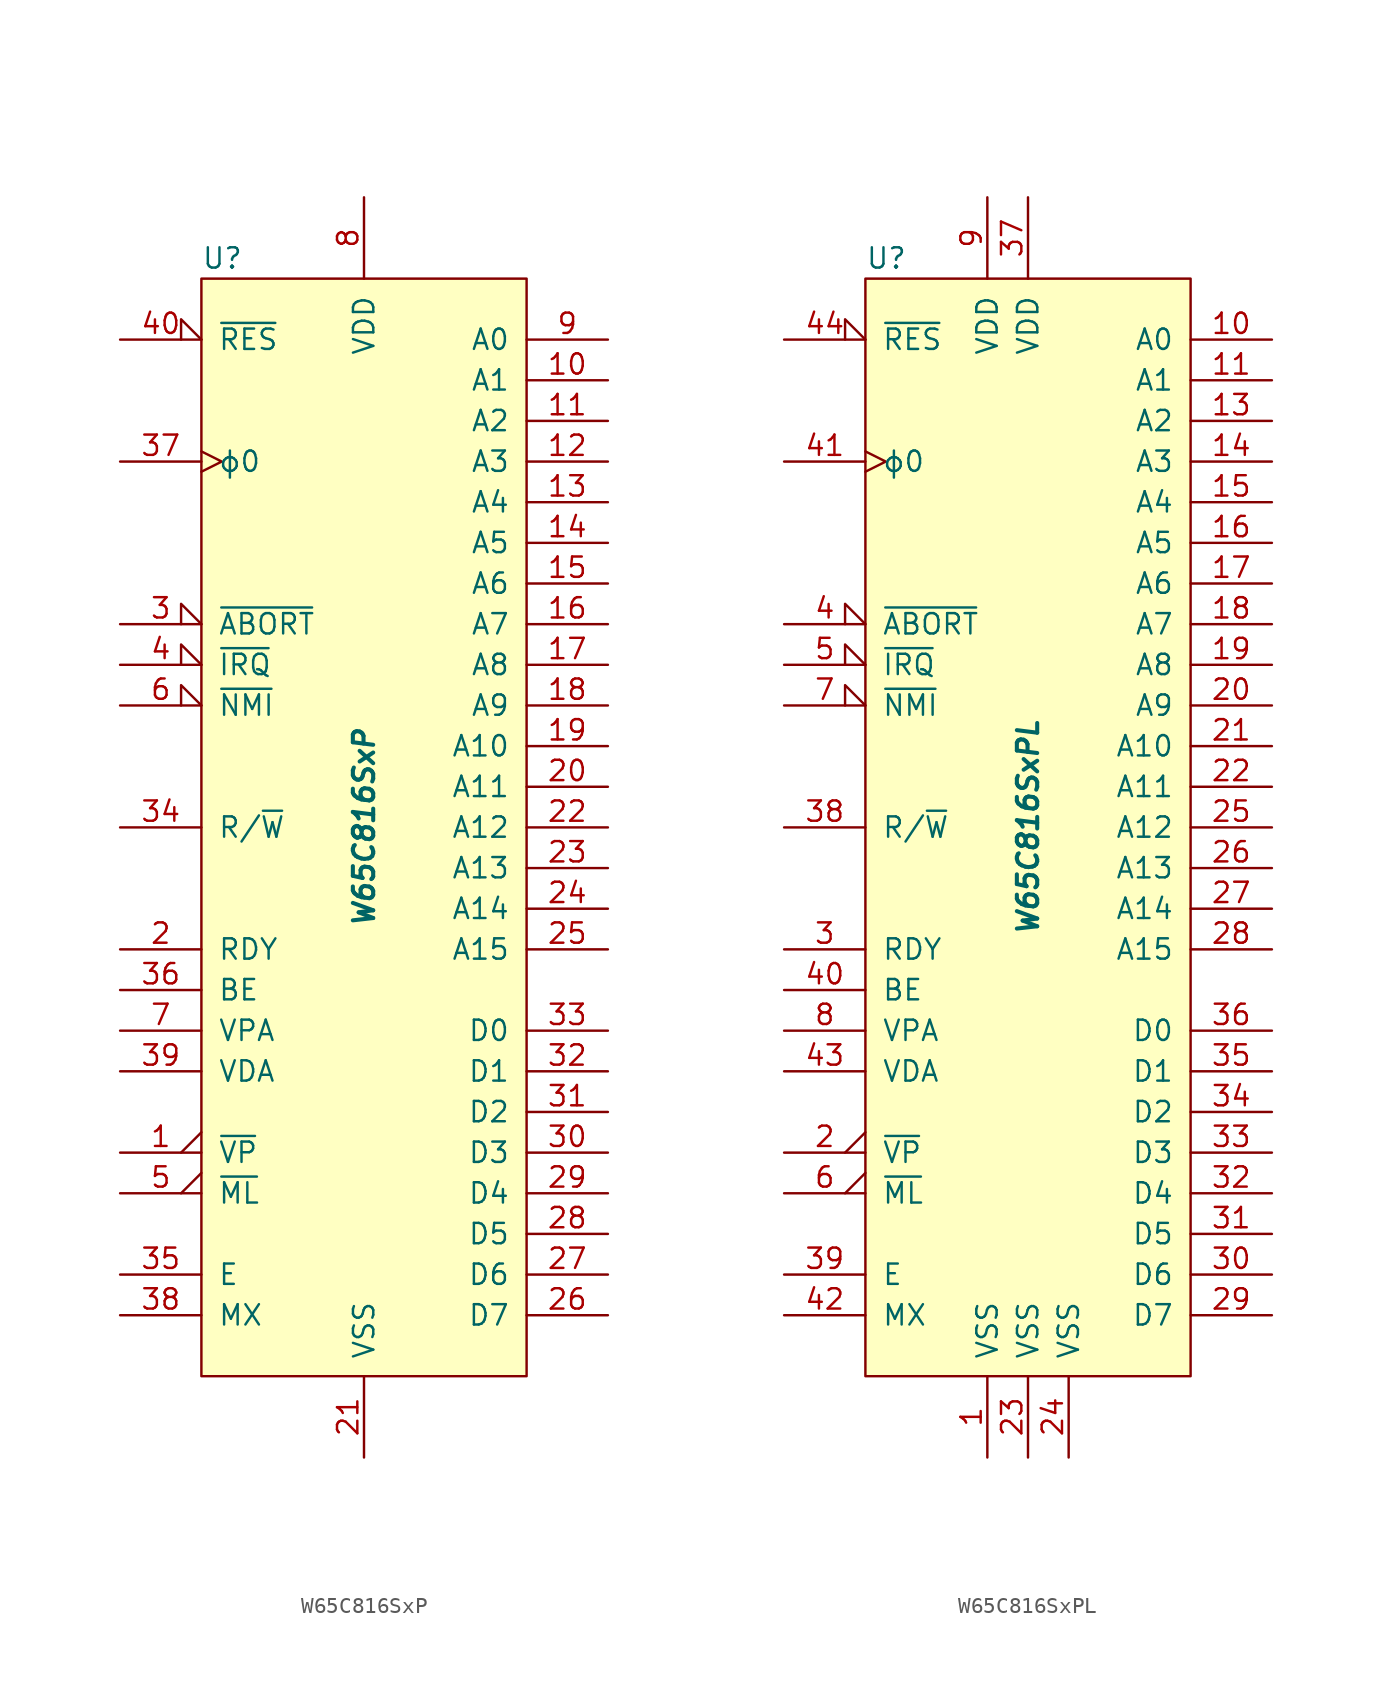
<source format=kicad_sym>
(kicad_symbol_lib
  (version 20201005)
  (generator kicad_symbol_editor)
  (symbol "W65C816SxP"
    (pin_names
      (offset 1.016))
    (property "Reference" "U"
      (at -10.16 35.56 0)
      (effects (font (size 1.27 1.27)) (justify left)))
    (property "Value" "W65C816SxP"
      (at 0 0 90)
      (effects (font (size 1.27 1.27) bold italic)))
    (symbol "W65C816SxP_0_1"
      (rectangle (start -10.16 34.29) (end 10.16 -34.29) (stroke (width 0)) (fill (type background))))
    (symbol "W65C816SxP_1_1"
      (pin output output_low (at -15.24 -20.32 0) (length 5.08) (name "~VP" (effects (font (size 1.27 1.27)))) (number "1" (effects (font (size 1.27 1.27)))))
      (pin tri_state line (at 15.24 27.94 180) (length 5.08) (name "A1" (effects (font (size 1.27 1.27)))) (number "10" (effects (font (size 1.27 1.27)))))
      (pin tri_state line (at 15.24 25.4 180) (length 5.08) (name "A2" (effects (font (size 1.27 1.27)))) (number "11" (effects (font (size 1.27 1.27)))))
      (pin tri_state line (at 15.24 22.86 180) (length 5.08) (name "A3" (effects (font (size 1.27 1.27)))) (number "12" (effects (font (size 1.27 1.27)))))
      (pin tri_state line (at 15.24 20.32 180) (length 5.08) (name "A4" (effects (font (size 1.27 1.27)))) (number "13" (effects (font (size 1.27 1.27)))))
      (pin tri_state line (at 15.24 17.78 180) (length 5.08) (name "A5" (effects (font (size 1.27 1.27)))) (number "14" (effects (font (size 1.27 1.27)))))
      (pin tri_state line (at 15.24 15.24 180) (length 5.08) (name "A6" (effects (font (size 1.27 1.27)))) (number "15" (effects (font (size 1.27 1.27)))))
      (pin tri_state line (at 15.24 12.7 180) (length 5.08) (name "A7" (effects (font (size 1.27 1.27)))) (number "16" (effects (font (size 1.27 1.27)))))
      (pin tri_state line (at 15.24 10.16 180) (length 5.08) (name "A8" (effects (font (size 1.27 1.27)))) (number "17" (effects (font (size 1.27 1.27)))))
      (pin tri_state line (at 15.24 7.62 180) (length 5.08) (name "A9" (effects (font (size 1.27 1.27)))) (number "18" (effects (font (size 1.27 1.27)))))
      (pin tri_state line (at 15.24 5.08 180) (length 5.08) (name "A10" (effects (font (size 1.27 1.27)))) (number "19" (effects (font (size 1.27 1.27)))))
      (pin open_collector line (at -15.24 -7.62 0) (length 5.08) (name "RDY" (effects (font (size 1.27 1.27)))) (number "2" (effects (font (size 1.27 1.27)))))
      (pin tri_state line (at 15.24 2.54 180) (length 5.08) (name "A11" (effects (font (size 1.27 1.27)))) (number "20" (effects (font (size 1.27 1.27)))))
      (pin power_in line (at 0 -39.37 90) (length 5.08) (name "VSS" (effects (font (size 1.27 1.27)))) (number "21" (effects (font (size 1.27 1.27)))))
      (pin tri_state line (at 15.24 0 180) (length 5.08) (name "A12" (effects (font (size 1.27 1.27)))) (number "22" (effects (font (size 1.27 1.27)))))
      (pin tri_state line (at 15.24 -2.54 180) (length 5.08) (name "A13" (effects (font (size 1.27 1.27)))) (number "23" (effects (font (size 1.27 1.27)))))
      (pin tri_state line (at 15.24 -5.08 180) (length 5.08) (name "A14" (effects (font (size 1.27 1.27)))) (number "24" (effects (font (size 1.27 1.27)))))
      (pin tri_state line (at 15.24 -7.62 180) (length 5.08) (name "A15" (effects (font (size 1.27 1.27)))) (number "25" (effects (font (size 1.27 1.27)))))
      (pin bidirectional line (at 15.24 -30.48 180) (length 5.08) (name "D7" (effects (font (size 1.27 1.27)))) (number "26" (effects (font (size 1.27 1.27)))))
      (pin bidirectional line (at 15.24 -27.94 180) (length 5.08) (name "D6" (effects (font (size 1.27 1.27)))) (number "27" (effects (font (size 1.27 1.27)))))
      (pin bidirectional line (at 15.24 -25.4 180) (length 5.08) (name "D5" (effects (font (size 1.27 1.27)))) (number "28" (effects (font (size 1.27 1.27)))))
      (pin bidirectional line (at 15.24 -22.86 180) (length 5.08) (name "D4" (effects (font (size 1.27 1.27)))) (number "29" (effects (font (size 1.27 1.27)))))
      (pin input input_low (at -15.24 12.7 0) (length 5.08) (name "~ABORT" (effects (font (size 1.27 1.27)))) (number "3" (effects (font (size 1.27 1.27)))))
      (pin bidirectional line (at 15.24 -20.32 180) (length 5.08) (name "D3" (effects (font (size 1.27 1.27)))) (number "30" (effects (font (size 1.27 1.27)))))
      (pin bidirectional line (at 15.24 -17.78 180) (length 5.08) (name "D2" (effects (font (size 1.27 1.27)))) (number "31" (effects (font (size 1.27 1.27)))))
      (pin bidirectional line (at 15.24 -15.24 180) (length 5.08) (name "D1" (effects (font (size 1.27 1.27)))) (number "32" (effects (font (size 1.27 1.27)))))
      (pin bidirectional line (at 15.24 -12.7 180) (length 5.08) (name "D0" (effects (font (size 1.27 1.27)))) (number "33" (effects (font (size 1.27 1.27)))))
      (pin tri_state line (at -15.24 0 0) (length 5.08) (name "R/~W" (effects (font (size 1.27 1.27)))) (number "34" (effects (font (size 1.27 1.27)))))
      (pin output line (at -15.24 -27.94 0) (length 5.08) (name "E" (effects (font (size 1.27 1.27)))) (number "35" (effects (font (size 1.27 1.27)))))
      (pin input line (at -15.24 -10.16 0) (length 5.08) (name "BE" (effects (font (size 1.27 1.27)))) (number "36" (effects (font (size 1.27 1.27)))))
      (pin input clock (at -15.24 22.86 0) (length 5.08) (name "ϕ0" (effects (font (size 1.27 1.27)))) (number "37" (effects (font (size 1.27 1.27)))))
      (pin output line (at -15.24 -30.48 0) (length 5.08) (name "MX" (effects (font (size 1.27 1.27)))) (number "38" (effects (font (size 1.27 1.27)))))
      (pin output line (at -15.24 -15.24 0) (length 5.08) (name "VDA" (effects (font (size 1.27 1.27)))) (number "39" (effects (font (size 1.27 1.27)))))
      (pin input input_low (at -15.24 10.16 0) (length 5.08) (name "~IRQ" (effects (font (size 1.27 1.27)))) (number "4" (effects (font (size 1.27 1.27)))))
      (pin input input_low (at -15.24 30.48 0) (length 5.08) (name "~RES" (effects (font (size 1.27 1.27)))) (number "40" (effects (font (size 1.27 1.27)))))
      (pin output output_low (at -15.24 -22.86 0) (length 5.08) (name "~ML" (effects (font (size 1.27 1.27)))) (number "5" (effects (font (size 1.27 1.27)))))
      (pin input input_low (at -15.24 7.62 0) (length 5.08) (name "~NMI" (effects (font (size 1.27 1.27)))) (number "6" (effects (font (size 1.27 1.27)))))
      (pin output line (at -15.24 -12.7 0) (length 5.08) (name "VPA" (effects (font (size 1.27 1.27)))) (number "7" (effects (font (size 1.27 1.27)))))
      (pin power_in line (at 0 39.37 270) (length 5.08) (name "VDD" (effects (font (size 1.27 1.27)))) (number "8" (effects (font (size 1.27 1.27)))))
      (pin tri_state line (at 15.24 30.48 180) (length 5.08) (name "A0" (effects (font (size 1.27 1.27)))) (number "9" (effects (font (size 1.27 1.27)))))))
  (symbol "W65C816SxPL"
    (pin_names
      (offset 1.016))
    (property "Reference" "U"
      (at -10.16 35.56 0)
      (effects (font (size 1.27 1.27)) (justify left)))
    (property "Value" "W65C816SxPL"
      (at 0 0 90)
      (effects (font (size 1.27 1.27) bold italic)))
    (symbol "W65C816SxPL_0_1"
      (rectangle (start -10.16 34.29) (end 10.16 -34.29) (stroke (width 0)) (fill (type background))))
    (symbol "W65C816SxPL_1_1"
      (pin power_in line (at -2.54 -39.37 90) (length 5.08) (name "VSS" (effects (font (size 1.27 1.27)))) (number "1" (effects (font (size 1.27 1.27)))))
      (pin tri_state line (at 15.24 30.48 180) (length 5.08) (name "A0" (effects (font (size 1.27 1.27)))) (number "10" (effects (font (size 1.27 1.27)))))
      (pin tri_state line (at 15.24 27.94 180) (length 5.08) (name "A1" (effects (font (size 1.27 1.27)))) (number "11" (effects (font (size 1.27 1.27)))))
      (pin unconnected non_logic (at -10.16 -25.4 0) (length 2.54) hide (name "nc" (effects (font (size 1.27 1.27)))) (number "12" (effects (font (size 1.27 1.27)))))
      (pin tri_state line (at 15.24 25.4 180) (length 5.08) (name "A2" (effects (font (size 1.27 1.27)))) (number "13" (effects (font (size 1.27 1.27)))))
      (pin tri_state line (at 15.24 22.86 180) (length 5.08) (name "A3" (effects (font (size 1.27 1.27)))) (number "14" (effects (font (size 1.27 1.27)))))
      (pin tri_state line (at 15.24 20.32 180) (length 5.08) (name "A4" (effects (font (size 1.27 1.27)))) (number "15" (effects (font (size 1.27 1.27)))))
      (pin tri_state line (at 15.24 17.78 180) (length 5.08) (name "A5" (effects (font (size 1.27 1.27)))) (number "16" (effects (font (size 1.27 1.27)))))
      (pin tri_state line (at 15.24 15.24 180) (length 5.08) (name "A6" (effects (font (size 1.27 1.27)))) (number "17" (effects (font (size 1.27 1.27)))))
      (pin tri_state line (at 15.24 12.7 180) (length 5.08) (name "A7" (effects (font (size 1.27 1.27)))) (number "18" (effects (font (size 1.27 1.27)))))
      (pin tri_state line (at 15.24 10.16 180) (length 5.08) (name "A8" (effects (font (size 1.27 1.27)))) (number "19" (effects (font (size 1.27 1.27)))))
      (pin output output_low (at -15.24 -20.32 0) (length 5.08) (name "~VP" (effects (font (size 1.27 1.27)))) (number "2" (effects (font (size 1.27 1.27)))))
      (pin tri_state line (at 15.24 7.62 180) (length 5.08) (name "A9" (effects (font (size 1.27 1.27)))) (number "20" (effects (font (size 1.27 1.27)))))
      (pin tri_state line (at 15.24 5.08 180) (length 5.08) (name "A10" (effects (font (size 1.27 1.27)))) (number "21" (effects (font (size 1.27 1.27)))))
      (pin tri_state line (at 15.24 2.54 180) (length 5.08) (name "A11" (effects (font (size 1.27 1.27)))) (number "22" (effects (font (size 1.27 1.27)))))
      (pin power_in line (at 0 -39.37 90) (length 5.08) (name "VSS" (effects (font (size 1.27 1.27)))) (number "23" (effects (font (size 1.27 1.27)))))
      (pin power_in line (at 2.54 -39.37 90) (length 5.08) (name "VSS" (effects (font (size 1.27 1.27)))) (number "24" (effects (font (size 1.27 1.27)))))
      (pin tri_state line (at 15.24 0 180) (length 5.08) (name "A12" (effects (font (size 1.27 1.27)))) (number "25" (effects (font (size 1.27 1.27)))))
      (pin tri_state line (at 15.24 -2.54 180) (length 5.08) (name "A13" (effects (font (size 1.27 1.27)))) (number "26" (effects (font (size 1.27 1.27)))))
      (pin tri_state line (at 15.24 -5.08 180) (length 5.08) (name "A14" (effects (font (size 1.27 1.27)))) (number "27" (effects (font (size 1.27 1.27)))))
      (pin tri_state line (at 15.24 -7.62 180) (length 5.08) (name "A15" (effects (font (size 1.27 1.27)))) (number "28" (effects (font (size 1.27 1.27)))))
      (pin bidirectional line (at 15.24 -30.48 180) (length 5.08) (name "D7" (effects (font (size 1.27 1.27)))) (number "29" (effects (font (size 1.27 1.27)))))
      (pin open_collector line (at -15.24 -7.62 0) (length 5.08) (name "RDY" (effects (font (size 1.27 1.27)))) (number "3" (effects (font (size 1.27 1.27)))))
      (pin bidirectional line (at 15.24 -27.94 180) (length 5.08) (name "D6" (effects (font (size 1.27 1.27)))) (number "30" (effects (font (size 1.27 1.27)))))
      (pin bidirectional line (at 15.24 -25.4 180) (length 5.08) (name "D5" (effects (font (size 1.27 1.27)))) (number "31" (effects (font (size 1.27 1.27)))))
      (pin bidirectional line (at 15.24 -22.86 180) (length 5.08) (name "D4" (effects (font (size 1.27 1.27)))) (number "32" (effects (font (size 1.27 1.27)))))
      (pin bidirectional line (at 15.24 -20.32 180) (length 5.08) (name "D3" (effects (font (size 1.27 1.27)))) (number "33" (effects (font (size 1.27 1.27)))))
      (pin bidirectional line (at 15.24 -17.78 180) (length 5.08) (name "D2" (effects (font (size 1.27 1.27)))) (number "34" (effects (font (size 1.27 1.27)))))
      (pin bidirectional line (at 15.24 -15.24 180) (length 5.08) (name "D1" (effects (font (size 1.27 1.27)))) (number "35" (effects (font (size 1.27 1.27)))))
      (pin bidirectional line (at 15.24 -12.7 180) (length 5.08) (name "D0" (effects (font (size 1.27 1.27)))) (number "36" (effects (font (size 1.27 1.27)))))
      (pin power_in line (at 0 39.37 270) (length 5.08) (name "VDD" (effects (font (size 1.27 1.27)))) (number "37" (effects (font (size 1.27 1.27)))))
      (pin tri_state line (at -15.24 0 0) (length 5.08) (name "R/~W" (effects (font (size 1.27 1.27)))) (number "38" (effects (font (size 1.27 1.27)))))
      (pin output line (at -15.24 -27.94 0) (length 5.08) (name "E" (effects (font (size 1.27 1.27)))) (number "39" (effects (font (size 1.27 1.27)))))
      (pin input input_low (at -15.24 12.7 0) (length 5.08) (name "~ABORT" (effects (font (size 1.27 1.27)))) (number "4" (effects (font (size 1.27 1.27)))))
      (pin input line (at -15.24 -10.16 0) (length 5.08) (name "BE" (effects (font (size 1.27 1.27)))) (number "40" (effects (font (size 1.27 1.27)))))
      (pin input clock (at -15.24 22.86 0) (length 5.08) (name "ϕ0" (effects (font (size 1.27 1.27)))) (number "41" (effects (font (size 1.27 1.27)))))
      (pin output line (at -15.24 -30.48 0) (length 5.08) (name "MX" (effects (font (size 1.27 1.27)))) (number "42" (effects (font (size 1.27 1.27)))))
      (pin output line (at -15.24 -15.24 0) (length 5.08) (name "VDA" (effects (font (size 1.27 1.27)))) (number "43" (effects (font (size 1.27 1.27)))))
      (pin input input_low (at -15.24 30.48 0) (length 5.08) (name "~RES" (effects (font (size 1.27 1.27)))) (number "44" (effects (font (size 1.27 1.27)))))
      (pin input input_low (at -15.24 10.16 0) (length 5.08) (name "~IRQ" (effects (font (size 1.27 1.27)))) (number "5" (effects (font (size 1.27 1.27)))))
      (pin output output_low (at -15.24 -22.86 0) (length 5.08) (name "~ML" (effects (font (size 1.27 1.27)))) (number "6" (effects (font (size 1.27 1.27)))))
      (pin input input_low (at -15.24 7.62 0) (length 5.08) (name "~NMI" (effects (font (size 1.27 1.27)))) (number "7" (effects (font (size 1.27 1.27)))))
      (pin output line (at -15.24 -12.7 0) (length 5.08) (name "VPA" (effects (font (size 1.27 1.27)))) (number "8" (effects (font (size 1.27 1.27)))))
      (pin power_in line (at -2.54 39.37 270) (length 5.08) (name "VDD" (effects (font (size 1.27 1.27)))) (number "9" (effects (font (size 1.27 1.27))))))))
</source>
